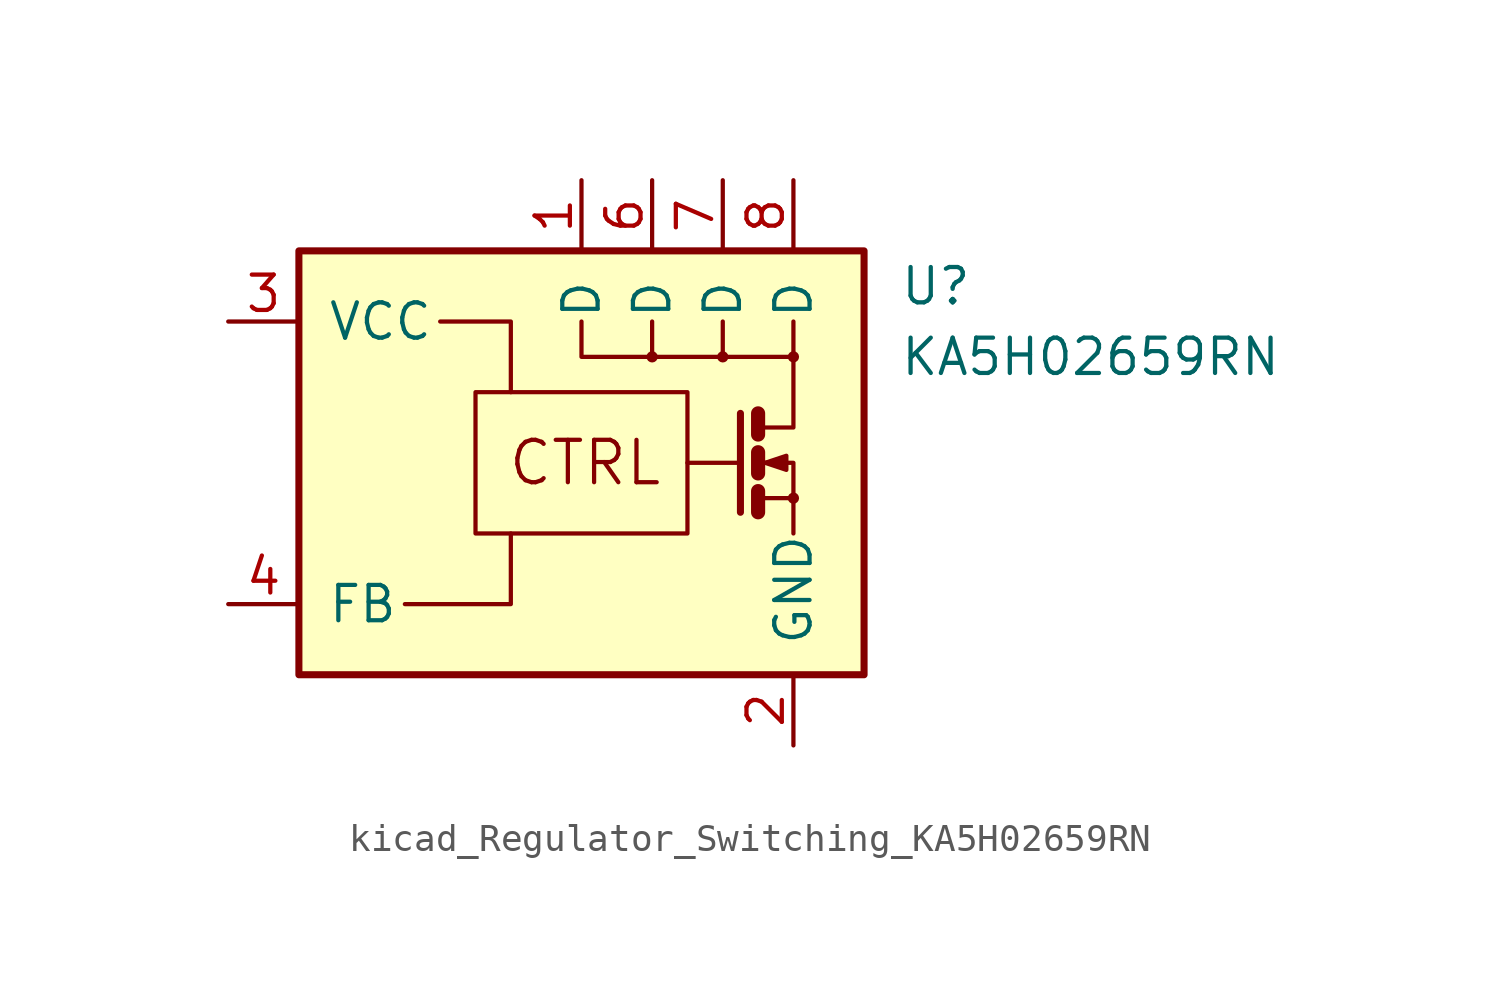
<source format=kicad_sym>
(kicad_symbol_lib
  (version 20220914)
  (generator kicad_symbol_editor)
  (symbol "kicad_Regulator_Switching_KA5H02659RN"
    (pin_names
      (offset 1.016))
    (property "Reference" "U"
      (at 11.43 6.35 0)
      (effects (font (size 1.27 1.27)) (justify left)))
    (property "Value" "KA5H02659RN"
      (at 11.43 3.81 0)
      (effects (font (size 1.27 1.27)) (justify left)))
    (symbol "kicad_Regulator_Switching_KA5H02659RN_0_0"
      (rectangle (start -10.16 7.62) (end 10.16 -7.62) (stroke (width 0.254) (type default)) (fill (type background)))
      (rectangle (start -3.81 2.54) (end 3.81 -2.54) (stroke (width 0) (type default)) (fill (type none)))
      (polyline (pts (xy 2.54 5.08) (xy 2.54 3.81)) (stroke (width 0) (type default)) (fill (type none)))
      (polyline (pts (xy 3.81 0) (xy 5.715 0)) (stroke (width 0) (type default)) (fill (type none)))
      (polyline (pts (xy 5.08 5.08) (xy 5.08 3.81)) (stroke (width 0) (type default)) (fill (type none)))
      (polyline (pts (xy 5.715 1.778) (xy 5.715 -1.778)) (stroke (width 0.254) (type default)) (fill (type none)))
      (polyline (pts (xy 6.35 -1.27) (xy 7.62 -1.27)) (stroke (width 0) (type default)) (fill (type none)))
      (polyline (pts (xy 6.35 -1.016) (xy 6.35 -1.778)) (stroke (width 0.508) (type default)) (fill (type none)))
      (polyline (pts (xy 6.35 0.381) (xy 6.35 -0.381)) (stroke (width 0.508) (type default)) (fill (type none)))
      (polyline (pts (xy 6.35 1.778) (xy 6.35 1.016)) (stroke (width 0.508) (type default)) (fill (type none)))
      (polyline (pts (xy 6.35 1.27) (xy 7.62 1.27) (xy 7.62 3.81)) (stroke (width 0) (type default)) (fill (type none)))
      (polyline (pts (xy 7.62 -2.54) (xy 7.62 0) (xy 6.35 0)) (stroke (width 0) (type default)) (fill (type none)))
      (polyline (pts (xy 0 5.08) (xy 0 3.81) (xy 7.62 3.81) (xy 7.62 5.08)) (stroke (width 0) (type default)) (fill (type none)))
      (polyline (pts (xy 6.604 0) (xy 7.366 0.254) (xy 7.366 -0.254) (xy 6.604 0)) (stroke (width 0) (type default)) (fill (type outline)))
      (circle (center 2.54 3.81) (radius 0.127) (stroke (width 0) (type default)) (fill (type none)))
      (circle (center 5.08 3.81) (radius 0.127) (stroke (width 0) (type default)) (fill (type none)))
      (circle (center 7.62 -1.27) (radius 0.127) (stroke (width 0) (type default)) (fill (type none)))
      (text "CTRL" (at 0.127 0 0) (effects (font (size 1.524 1.524)))))
    (symbol "kicad_Regulator_Switching_KA5H02659RN_0_1"
      (polyline (pts (xy -6.35 -5.08) (xy -2.54 -5.08) (xy -2.54 -2.54)) (stroke (width 0) (type default)) (fill (type none)))
      (polyline (pts (xy -5.08 5.08) (xy -2.54 5.08) (xy -2.54 2.54)) (stroke (width 0) (type default)) (fill (type none)))
      (circle (center 7.62 3.81) (radius 0.127) (stroke (width 0) (type default)) (fill (type none))))
    (symbol "kicad_Regulator_Switching_KA5H02659RN_1_1"
      (pin passive line (at 0 10.16 270) (length 2.54) (name "D" (effects (font (size 1.27 1.27)))) (number "1" (effects (font (size 1.27 1.27)))))
      (pin power_in line (at 7.62 -10.16 90) (length 2.54) (name "GND" (effects (font (size 1.27 1.27)))) (number "2" (effects (font (size 1.27 1.27)))))
      (pin power_in line (at -12.7 5.08 0) (length 2.54) (name "VCC" (effects (font (size 1.27 1.27)))) (number "3" (effects (font (size 1.27 1.27)))))
      (pin passive line (at -12.7 -5.08 0) (length 2.54) (name "FB" (effects (font (size 1.27 1.27)))) (number "4" (effects (font (size 1.27 1.27)))))
      (pin passive line (at 2.54 10.16 270) (length 2.54) (name "D" (effects (font (size 1.27 1.27)))) (number "6" (effects (font (size 1.27 1.27)))))
      (pin passive line (at 5.08 10.16 270) (length 2.54) (name "D" (effects (font (size 1.27 1.27)))) (number "7" (effects (font (size 1.27 1.27)))))
      (pin passive line (at 7.62 10.16 270) (length 2.54) (name "D" (effects (font (size 1.27 1.27)))) (number "8" (effects (font (size 1.27 1.27))))))))
</source>
